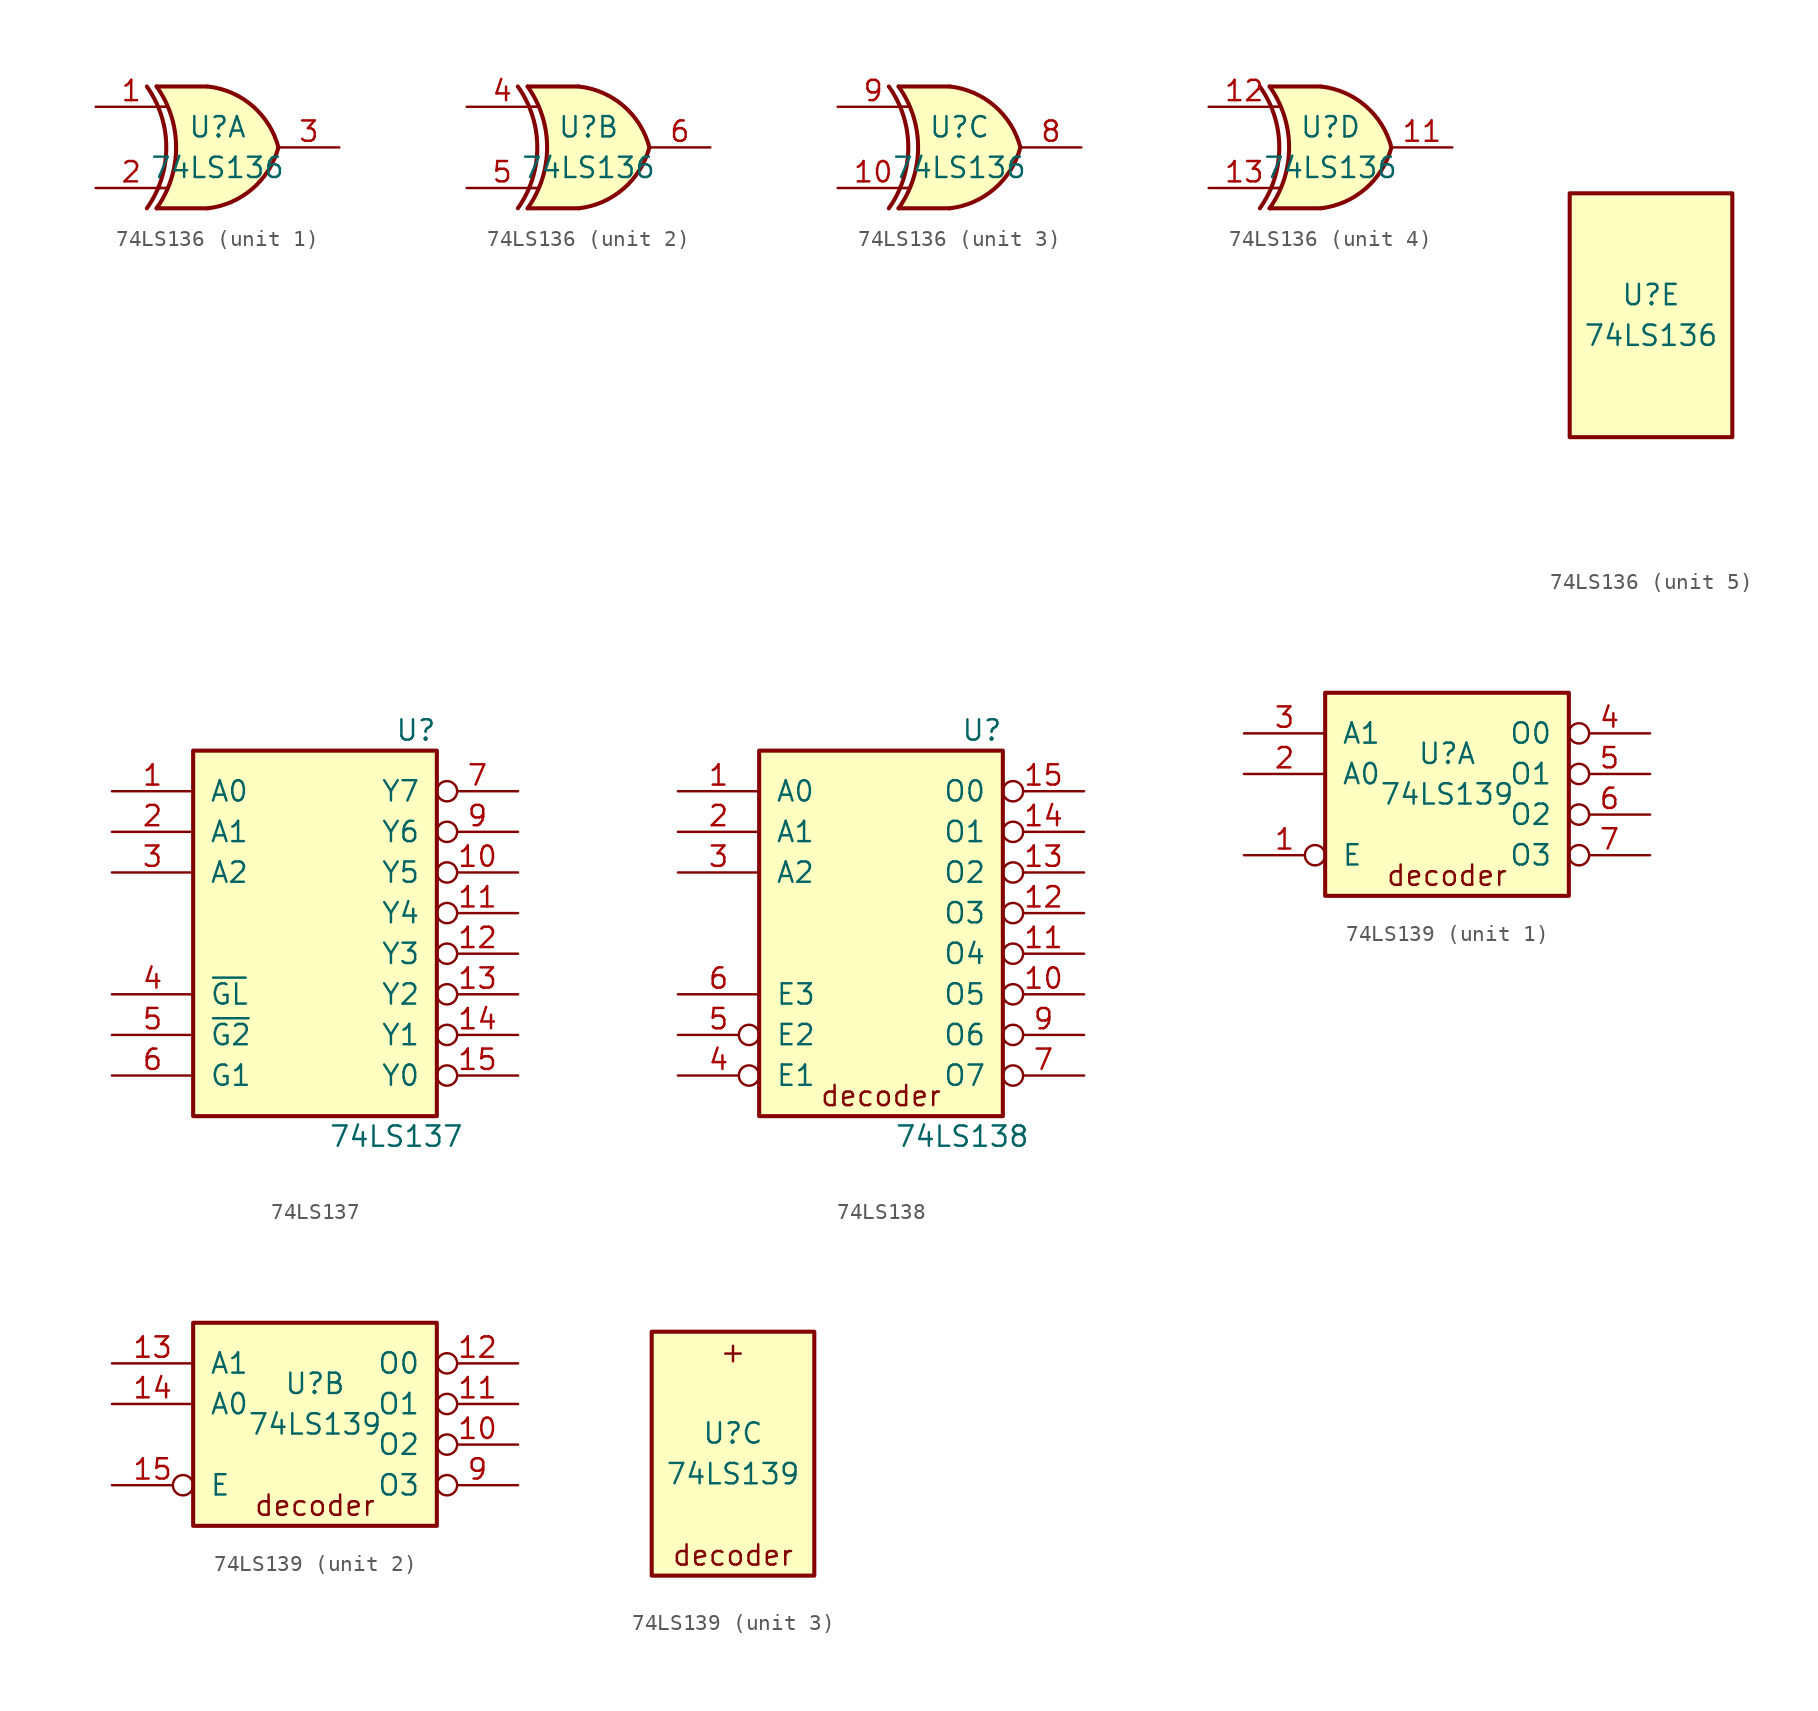
<source format=kicad_sym>
(kicad_symbol_lib
  (version 20231120)
  (generator "kicad_symbol_editor")
  (generator_version "8.0")
  (symbol "74LS136"
    (pin_names
      (offset 1.016))
    (property "Reference" "U"
      (at 0 1.27 0)
      (effects (font (size 1.27 1.27))))
    (property "Value" "74LS136"
      (at 0 -1.27 0)
      (effects (font (size 1.27 1.27))))
    (property "ki_locked" ""
      (at 0 0 0)
      (effects (font (size 1.27 1.27))))
    (symbol "74LS136_1_0"
      (arc (start -4.4196 -3.81) (mid -3.2033 0) (end -4.4196 3.81) (stroke (width 0.254) (type default)) (fill (type none)))
      (arc (start -3.81 -3.81) (mid -2.589 0) (end -3.81 3.81) (stroke (width 0.254) (type default)) (fill (type none)))
      (arc (start -0.6096 -3.81) (mid 2.1842 -2.5851) (end 3.81 0) (stroke (width 0.254) (type default)) (fill (type background)))
      (polyline (pts (xy -3.81 -3.81) (xy -0.635 -3.81)) (stroke (width 0.254) (type default)) (fill (type background)))
      (polyline (pts (xy -3.81 3.81) (xy -0.635 3.81)) (stroke (width 0.254) (type default)) (fill (type background)))
      (polyline (pts (xy -0.635 3.81) (xy -3.81 3.81) (xy -3.81 3.81) (xy -3.556 3.404) (xy -3.023 2.261) (xy -2.692 1.041) (xy -2.616 -0.254) (xy -2.769 -1.499) (xy -3.175 -2.718) (xy -3.81 -3.81) (xy -3.81 -3.81) (xy -0.635 -3.81)) (stroke (width -25.4) (type default)) (fill (type background)))
      (arc (start 3.81 0) (mid 2.1915 2.5936) (end -0.6096 3.81) (stroke (width 0.254) (type default)) (fill (type background)))
      (pin input line (at -7.62 2.54 0) (length 4.445) (name "~" (effects (font (size 1.27 1.27)))) (number "1" (effects (font (size 1.27 1.27)))))
      (pin input line (at -7.62 -2.54 0) (length 4.445) (name "~" (effects (font (size 1.27 1.27)))) (number "2" (effects (font (size 1.27 1.27)))))
      (pin open_collector line (at 7.62 0 180) (length 3.81) (name "~" (effects (font (size 1.27 1.27)))) (number "3" (effects (font (size 1.27 1.27))))))
    (symbol "74LS136_1_1"
      (polyline (pts (xy -3.81 -2.54) (xy -3.175 -2.54)) (stroke (width 0.152) (type default)) (fill (type none)))
      (polyline (pts (xy -3.81 2.54) (xy -3.175 2.54)) (stroke (width 0.152) (type default)) (fill (type none))))
    (symbol "74LS136_2_0"
      (arc (start -4.4196 -3.81) (mid -3.2033 0) (end -4.4196 3.81) (stroke (width 0.254) (type default)) (fill (type none)))
      (arc (start -3.81 -3.81) (mid -2.589 0) (end -3.81 3.81) (stroke (width 0.254) (type default)) (fill (type none)))
      (arc (start -0.6096 -3.81) (mid 2.1842 -2.5851) (end 3.81 0) (stroke (width 0.254) (type default)) (fill (type background)))
      (polyline (pts (xy -3.81 -3.81) (xy -0.635 -3.81)) (stroke (width 0.254) (type default)) (fill (type background)))
      (polyline (pts (xy -3.81 3.81) (xy -0.635 3.81)) (stroke (width 0.254) (type default)) (fill (type background)))
      (polyline (pts (xy -0.635 3.81) (xy -3.81 3.81) (xy -3.81 3.81) (xy -3.556 3.404) (xy -3.023 2.261) (xy -2.692 1.041) (xy -2.616 -0.254) (xy -2.769 -1.499) (xy -3.175 -2.718) (xy -3.81 -3.81) (xy -3.81 -3.81) (xy -0.635 -3.81)) (stroke (width -25.4) (type default)) (fill (type background)))
      (arc (start 3.81 0) (mid 2.1915 2.5936) (end -0.6096 3.81) (stroke (width 0.254) (type default)) (fill (type background)))
      (pin input line (at -7.62 2.54 0) (length 4.445) (name "~" (effects (font (size 1.27 1.27)))) (number "4" (effects (font (size 1.27 1.27)))))
      (pin input line (at -7.62 -2.54 0) (length 4.445) (name "~" (effects (font (size 1.27 1.27)))) (number "5" (effects (font (size 1.27 1.27)))))
      (pin open_collector line (at 7.62 0 180) (length 3.81) (name "~" (effects (font (size 1.27 1.27)))) (number "6" (effects (font (size 1.27 1.27))))))
    (symbol "74LS136_2_1"
      (polyline (pts (xy -3.81 -2.54) (xy -3.175 -2.54)) (stroke (width 0.152) (type default)) (fill (type none)))
      (polyline (pts (xy -3.81 2.54) (xy -3.175 2.54)) (stroke (width 0.152) (type default)) (fill (type none))))
    (symbol "74LS136_3_0"
      (arc (start -4.4196 -3.81) (mid -3.2033 0) (end -4.4196 3.81) (stroke (width 0.254) (type default)) (fill (type none)))
      (arc (start -3.81 -3.81) (mid -2.589 0) (end -3.81 3.81) (stroke (width 0.254) (type default)) (fill (type none)))
      (arc (start -0.6096 -3.81) (mid 2.1842 -2.5851) (end 3.81 0) (stroke (width 0.254) (type default)) (fill (type background)))
      (polyline (pts (xy -3.81 -3.81) (xy -0.635 -3.81)) (stroke (width 0.254) (type default)) (fill (type background)))
      (polyline (pts (xy -3.81 3.81) (xy -0.635 3.81)) (stroke (width 0.254) (type default)) (fill (type background)))
      (polyline (pts (xy -0.635 3.81) (xy -3.81 3.81) (xy -3.81 3.81) (xy -3.556 3.404) (xy -3.023 2.261) (xy -2.692 1.041) (xy -2.616 -0.254) (xy -2.769 -1.499) (xy -3.175 -2.718) (xy -3.81 -3.81) (xy -3.81 -3.81) (xy -0.635 -3.81)) (stroke (width -25.4) (type default)) (fill (type background)))
      (arc (start 3.81 0) (mid 2.1915 2.5936) (end -0.6096 3.81) (stroke (width 0.254) (type default)) (fill (type background)))
      (pin input line (at -7.62 -2.54 0) (length 4.445) (name "~" (effects (font (size 1.27 1.27)))) (number "10" (effects (font (size 1.27 1.27)))))
      (pin open_collector line (at 7.62 0 180) (length 3.81) (name "~" (effects (font (size 1.27 1.27)))) (number "8" (effects (font (size 1.27 1.27)))))
      (pin input line (at -7.62 2.54 0) (length 4.445) (name "~" (effects (font (size 1.27 1.27)))) (number "9" (effects (font (size 1.27 1.27))))))
    (symbol "74LS136_3_1"
      (polyline (pts (xy -3.81 -2.54) (xy -3.175 -2.54)) (stroke (width 0.152) (type default)) (fill (type none)))
      (polyline (pts (xy -3.81 2.54) (xy -3.175 2.54)) (stroke (width 0.152) (type default)) (fill (type none))))
    (symbol "74LS136_4_0"
      (arc (start -4.4196 -3.81) (mid -3.2033 0) (end -4.4196 3.81) (stroke (width 0.254) (type default)) (fill (type none)))
      (arc (start -3.81 -3.81) (mid -2.589 0) (end -3.81 3.81) (stroke (width 0.254) (type default)) (fill (type none)))
      (arc (start -0.6096 -3.81) (mid 2.1842 -2.5851) (end 3.81 0) (stroke (width 0.254) (type default)) (fill (type background)))
      (polyline (pts (xy -3.81 -3.81) (xy -0.635 -3.81)) (stroke (width 0.254) (type default)) (fill (type background)))
      (polyline (pts (xy -3.81 3.81) (xy -0.635 3.81)) (stroke (width 0.254) (type default)) (fill (type background)))
      (polyline (pts (xy -0.635 3.81) (xy -3.81 3.81) (xy -3.81 3.81) (xy -3.556 3.404) (xy -3.023 2.261) (xy -2.692 1.041) (xy -2.616 -0.254) (xy -2.769 -1.499) (xy -3.175 -2.718) (xy -3.81 -3.81) (xy -3.81 -3.81) (xy -0.635 -3.81)) (stroke (width -25.4) (type default)) (fill (type background)))
      (arc (start 3.81 0) (mid 2.1915 2.5936) (end -0.6096 3.81) (stroke (width 0.254) (type default)) (fill (type background)))
      (pin open_collector line (at 7.62 0 180) (length 3.81) (name "~" (effects (font (size 1.27 1.27)))) (number "11" (effects (font (size 1.27 1.27)))))
      (pin input line (at -7.62 2.54 0) (length 4.445) (name "~" (effects (font (size 1.27 1.27)))) (number "12" (effects (font (size 1.27 1.27)))))
      (pin input line (at -7.62 -2.54 0) (length 4.445) (name "~" (effects (font (size 1.27 1.27)))) (number "13" (effects (font (size 1.27 1.27))))))
    (symbol "74LS136_4_1"
      (polyline (pts (xy -3.81 -2.54) (xy -3.175 -2.54)) (stroke (width 0.152) (type default)) (fill (type none)))
      (polyline (pts (xy -3.81 2.54) (xy -3.175 2.54)) (stroke (width 0.152) (type default)) (fill (type none))))
    (symbol "74LS136_5_0"
      (pin input line (at 0 12.7 270) (length 5.08) hide (name "VCC" (effects (font (size 1.27 1.27)))) (number "14" (effects (font (size 1.27 1.27)))))
      (pin input line (at 0 -12.7 90) (length 5.08) hide (name "GND" (effects (font (size 1.27 1.27)))) (number "7" (effects (font (size 1.27 1.27))))))
    (symbol "74LS136_5_1"
      (rectangle (start -5.08 7.62) (end 5.08 -7.62) (stroke (width 0.254) (type default)) (fill (type background)))))
  (symbol "74LS137"
    (pin_names
      (offset 1.016))
    (property "Reference" "U"
      (at 7.62 11.43 0)
      (effects (font (size 1.27 1.27)) (justify right)))
    (property "Value" "74LS137"
      (at 5.08 -13.97 0)
      (effects (font (size 1.27 1.27))))
    (property "ki_locked" ""
      (at 0 0 0)
      (effects (font (size 1.27 1.27))))
    (symbol "74LS137_1_0"
      (pin input line (at -12.7 7.62 0) (length 5.08) (name "A0" (effects (font (size 1.27 1.27)))) (number "1" (effects (font (size 1.27 1.27)))))
      (pin output inverted (at 12.7 2.54 180) (length 5.08) (name "Y5" (effects (font (size 1.27 1.27)))) (number "10" (effects (font (size 1.27 1.27)))))
      (pin output inverted (at 12.7 0 180) (length 5.08) (name "Y4" (effects (font (size 1.27 1.27)))) (number "11" (effects (font (size 1.27 1.27)))))
      (pin output inverted (at 12.7 -2.54 180) (length 5.08) (name "Y3" (effects (font (size 1.27 1.27)))) (number "12" (effects (font (size 1.27 1.27)))))
      (pin output inverted (at 12.7 -5.08 180) (length 5.08) (name "Y2" (effects (font (size 1.27 1.27)))) (number "13" (effects (font (size 1.27 1.27)))))
      (pin output inverted (at 12.7 -7.62 180) (length 5.08) (name "Y1" (effects (font (size 1.27 1.27)))) (number "14" (effects (font (size 1.27 1.27)))))
      (pin output inverted (at 12.7 -10.16 180) (length 5.08) (name "Y0" (effects (font (size 1.27 1.27)))) (number "15" (effects (font (size 1.27 1.27)))))
      (pin power_in line (at 0 10.16 270) (length 1.27) hide (name "VCC" (effects (font (size 1.27 1.27)))) (number "16" (effects (font (size 1.27 1.27)))))
      (pin input line (at -12.7 5.08 0) (length 5.08) (name "A1" (effects (font (size 1.27 1.27)))) (number "2" (effects (font (size 1.27 1.27)))))
      (pin input line (at -12.7 2.54 0) (length 5.08) (name "A2" (effects (font (size 1.27 1.27)))) (number "3" (effects (font (size 1.27 1.27)))))
      (pin input line (at -12.7 -5.08 0) (length 5.08) (name "~{GL}" (effects (font (size 1.27 1.27)))) (number "4" (effects (font (size 1.27 1.27)))))
      (pin input line (at -12.7 -7.62 0) (length 5.08) (name "~{G2}" (effects (font (size 1.27 1.27)))) (number "5" (effects (font (size 1.27 1.27)))))
      (pin input line (at -12.7 -10.16 0) (length 5.08) (name "G1" (effects (font (size 1.27 1.27)))) (number "6" (effects (font (size 1.27 1.27)))))
      (pin output inverted (at 12.7 7.62 180) (length 5.08) (name "Y7" (effects (font (size 1.27 1.27)))) (number "7" (effects (font (size 1.27 1.27)))))
      (pin power_in line (at 0 -12.7 90) (length 1.27) hide (name "GND" (effects (font (size 1.27 1.27)))) (number "8" (effects (font (size 1.27 1.27)))))
      (pin output inverted (at 12.7 5.08 180) (length 5.08) (name "Y6" (effects (font (size 1.27 1.27)))) (number "9" (effects (font (size 1.27 1.27))))))
    (symbol "74LS137_1_1"
      (rectangle (start -7.62 10.16) (end 7.62 -12.7) (stroke (width 0.254) (type default)) (fill (type background)))))
  (symbol "74LS138"
    (pin_names
      (offset 1.016))
    (property "Reference" "U"
      (at 7.62 11.43 0)
      (effects (font (size 1.27 1.27)) (justify right)))
    (property "Value" "74LS138"
      (at 5.08 -13.97 0)
      (effects (font (size 1.27 1.27))))
    (property "ki_locked" ""
      (at 0 0 0)
      (effects (font (size 1.27 1.27))))
    (symbol "74LS138_0_0"
      (text "decoder" (at 0 -11.43 0) (effects (font (size 1.27 1.27)))))
    (symbol "74LS138_1_0"
      (pin input line (at -12.7 7.62 0) (length 5.08) (name "A0" (effects (font (size 1.27 1.27)))) (number "1" (effects (font (size 1.27 1.27)))))
      (pin output inverted (at 12.7 -5.08 180) (length 5.08) (name "O5" (effects (font (size 1.27 1.27)))) (number "10" (effects (font (size 1.27 1.27)))))
      (pin output inverted (at 12.7 -2.54 180) (length 5.08) (name "O4" (effects (font (size 1.27 1.27)))) (number "11" (effects (font (size 1.27 1.27)))))
      (pin output inverted (at 12.7 0 180) (length 5.08) (name "O3" (effects (font (size 1.27 1.27)))) (number "12" (effects (font (size 1.27 1.27)))))
      (pin output inverted (at 12.7 2.54 180) (length 5.08) (name "O2" (effects (font (size 1.27 1.27)))) (number "13" (effects (font (size 1.27 1.27)))))
      (pin output inverted (at 12.7 5.08 180) (length 5.08) (name "O1" (effects (font (size 1.27 1.27)))) (number "14" (effects (font (size 1.27 1.27)))))
      (pin output inverted (at 12.7 7.62 180) (length 5.08) (name "O0" (effects (font (size 1.27 1.27)))) (number "15" (effects (font (size 1.27 1.27)))))
      (pin power_in line (at 0 10.16 270) (length 1.27) hide (name "VCC" (effects (font (size 1.27 1.27)))) (number "16" (effects (font (size 1.27 1.27)))))
      (pin input line (at -12.7 5.08 0) (length 5.08) (name "A1" (effects (font (size 1.27 1.27)))) (number "2" (effects (font (size 1.27 1.27)))))
      (pin input line (at -12.7 2.54 0) (length 5.08) (name "A2" (effects (font (size 1.27 1.27)))) (number "3" (effects (font (size 1.27 1.27)))))
      (pin input inverted (at -12.7 -10.16 0) (length 5.08) (name "E1" (effects (font (size 1.27 1.27)))) (number "4" (effects (font (size 1.27 1.27)))))
      (pin input inverted (at -12.7 -7.62 0) (length 5.08) (name "E2" (effects (font (size 1.27 1.27)))) (number "5" (effects (font (size 1.27 1.27)))))
      (pin input line (at -12.7 -5.08 0) (length 5.08) (name "E3" (effects (font (size 1.27 1.27)))) (number "6" (effects (font (size 1.27 1.27)))))
      (pin output inverted (at 12.7 -10.16 180) (length 5.08) (name "O7" (effects (font (size 1.27 1.27)))) (number "7" (effects (font (size 1.27 1.27)))))
      (pin power_in line (at 0 -12.7 90) (length 1.27) hide (name "GND" (effects (font (size 1.27 1.27)))) (number "8" (effects (font (size 1.27 1.27)))))
      (pin output inverted (at 12.7 -7.62 180) (length 5.08) (name "O6" (effects (font (size 1.27 1.27)))) (number "9" (effects (font (size 1.27 1.27))))))
    (symbol "74LS138_1_1"
      (rectangle (start -7.62 10.16) (end 7.62 -12.7) (stroke (width 0.254) (type default)) (fill (type background)))))
  (symbol "74LS139"
    (pin_names
      (offset 1.016))
    (property "Reference" "U"
      (at 0 1.27 0)
      (effects (font (size 1.27 1.27))))
    (property "Value" "74LS139"
      (at 0 -1.27 0)
      (effects (font (size 1.27 1.27))))
    (property "ki_locked" ""
      (at 0 0 0)
      (effects (font (size 1.27 1.27))))
    (symbol "74LS139_0_0"
      (text "decoder" (at 0 -6.35 0) (effects (font (size 1.27 1.27)))))
    (symbol "74LS139_1_0"
      (pin input inverted (at -12.7 -5.08 0) (length 5.08) (name "E" (effects (font (size 1.27 1.27)))) (number "1" (effects (font (size 1.27 1.27)))))
      (pin input line (at -12.7 0 0) (length 5.08) (name "A0" (effects (font (size 1.27 1.27)))) (number "2" (effects (font (size 1.27 1.27)))))
      (pin input line (at -12.7 2.54 0) (length 5.08) (name "A1" (effects (font (size 1.27 1.27)))) (number "3" (effects (font (size 1.27 1.27)))))
      (pin output inverted (at 12.7 2.54 180) (length 5.08) (name "O0" (effects (font (size 1.27 1.27)))) (number "4" (effects (font (size 1.27 1.27)))))
      (pin output inverted (at 12.7 0 180) (length 5.08) (name "O1" (effects (font (size 1.27 1.27)))) (number "5" (effects (font (size 1.27 1.27)))))
      (pin output inverted (at 12.7 -2.54 180) (length 5.08) (name "O2" (effects (font (size 1.27 1.27)))) (number "6" (effects (font (size 1.27 1.27)))))
      (pin output inverted (at 12.7 -5.08 180) (length 5.08) (name "O3" (effects (font (size 1.27 1.27)))) (number "7" (effects (font (size 1.27 1.27))))))
    (symbol "74LS139_1_1"
      (rectangle (start -7.62 5.08) (end 7.62 -7.62) (stroke (width 0.254) (type default)) (fill (type background))))
    (symbol "74LS139_2_0"
      (pin output inverted (at 12.7 -2.54 180) (length 5.08) (name "O2" (effects (font (size 1.27 1.27)))) (number "10" (effects (font (size 1.27 1.27)))))
      (pin output inverted (at 12.7 0 180) (length 5.08) (name "O1" (effects (font (size 1.27 1.27)))) (number "11" (effects (font (size 1.27 1.27)))))
      (pin output inverted (at 12.7 2.54 180) (length 5.08) (name "O0" (effects (font (size 1.27 1.27)))) (number "12" (effects (font (size 1.27 1.27)))))
      (pin input line (at -12.7 2.54 0) (length 5.08) (name "A1" (effects (font (size 1.27 1.27)))) (number "13" (effects (font (size 1.27 1.27)))))
      (pin input line (at -12.7 0 0) (length 5.08) (name "A0" (effects (font (size 1.27 1.27)))) (number "14" (effects (font (size 1.27 1.27)))))
      (pin input inverted (at -12.7 -5.08 0) (length 5.08) (name "E" (effects (font (size 1.27 1.27)))) (number "15" (effects (font (size 1.27 1.27)))))
      (pin output inverted (at 12.7 -5.08 180) (length 5.08) (name "O3" (effects (font (size 1.27 1.27)))) (number "9" (effects (font (size 1.27 1.27))))))
    (symbol "74LS139_2_1"
      (rectangle (start -7.62 5.08) (end 7.62 -7.62) (stroke (width 0.254) (type default)) (fill (type background))))
    (symbol "74LS139_3_0"
      (pin power_in line (at 0 7.62 270) (length 1.27) hide (name "VCC" (effects (font (size 1.27 1.27)))) (number "16" (effects (font (size 1.27 1.27)))))
      (pin power_in line (at 0 -7.62 90) (length 1.27) hide (name "GND" (effects (font (size 1.27 1.27)))) (number "8" (effects (font (size 1.27 1.27))))))
    (symbol "74LS139_3_1"
      (rectangle (start -5.08 7.62) (end 5.08 -7.62) (stroke (width 0.254) (type default)) (fill (type background)))
      (text "+" (at 0 6.35 0) (effects (font (size 1.27 1.27)))))))
</source>
